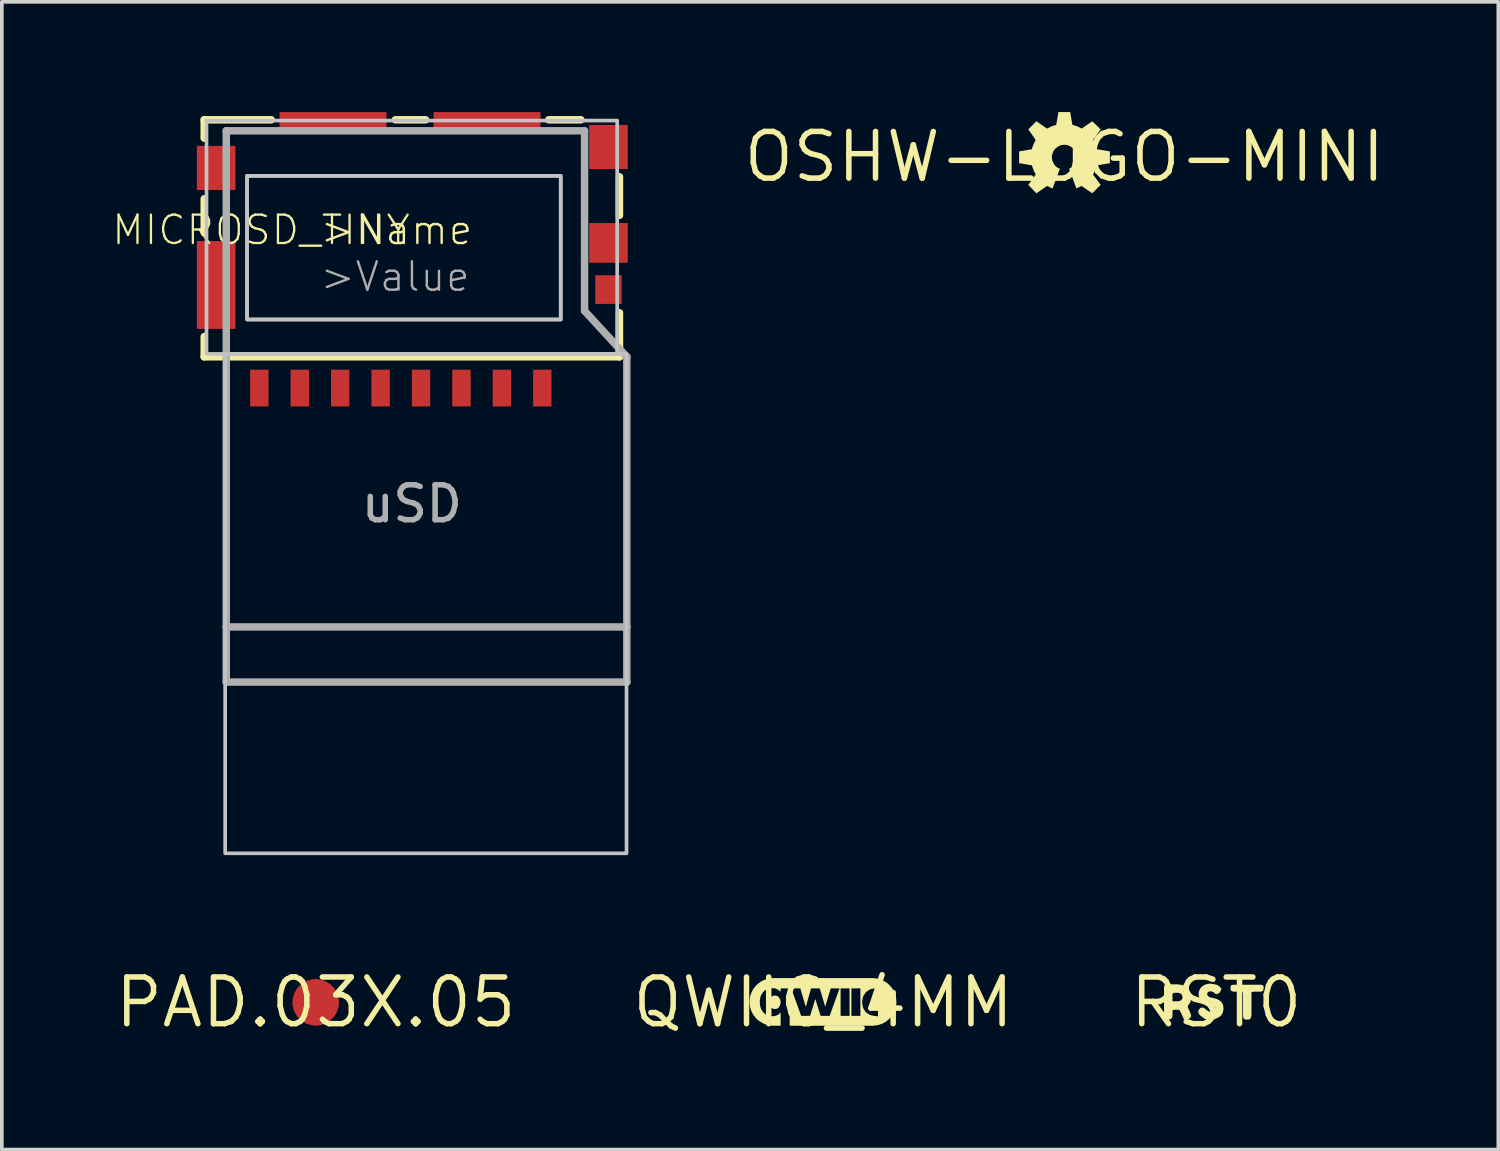
<source format=kicad_pcb>
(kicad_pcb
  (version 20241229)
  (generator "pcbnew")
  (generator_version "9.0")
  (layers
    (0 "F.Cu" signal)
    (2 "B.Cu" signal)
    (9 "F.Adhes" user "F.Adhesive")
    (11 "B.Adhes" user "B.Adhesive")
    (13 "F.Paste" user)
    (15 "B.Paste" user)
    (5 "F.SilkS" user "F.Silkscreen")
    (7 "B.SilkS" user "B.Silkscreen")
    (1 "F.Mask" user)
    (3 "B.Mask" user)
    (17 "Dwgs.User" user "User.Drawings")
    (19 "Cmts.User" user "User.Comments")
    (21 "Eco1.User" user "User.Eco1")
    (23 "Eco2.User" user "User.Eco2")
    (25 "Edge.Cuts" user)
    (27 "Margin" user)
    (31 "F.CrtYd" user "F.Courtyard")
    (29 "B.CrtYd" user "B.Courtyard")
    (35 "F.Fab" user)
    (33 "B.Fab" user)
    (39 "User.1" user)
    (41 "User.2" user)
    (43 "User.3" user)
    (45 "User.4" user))
  (footprint "MICROSD_TINY"
    (layer "F.Cu")
    (at 8.157 3.66)
    (property "Reference" "MICROSD_TINY" (at 0 0 180) (layer "F.SilkS") (effects (font (size 0.772 0.772) (thickness 0.062)) (justify right bottom)))
    (attr through_hole)
    (fp_line (start -5.65 -3.45) (end -3.825 -3.45) (stroke (width 0.203) (type solid)) (layer "F.SilkS"))
    (fp_line (start -5.65 -2.95) (end -5.65 -3.45) (stroke (width 0.203) (type solid)) (layer "F.SilkS"))
    (fp_line (start -5.65 -0.375) (end -5.65 -1.3) (stroke (width 0.203) (type solid)) (layer "F.SilkS"))
    (fp_line (start -5.65 2.45) (end -5.65 3) (stroke (width 0.203) (type solid)) (layer "F.SilkS"))
    (fp_line (start -5.65 3) (end 5.65 3) (stroke (width 0.203) (type solid)) (layer "F.SilkS"))
    (fp_line (start 0.375 -3.45) (end -0.45 -3.45) (stroke (width 0.203) (type solid)) (layer "F.SilkS"))
    (fp_line (start 4.6 -3.45) (end 3.725 -3.45) (stroke (width 0.203) (type solid)) (layer "F.SilkS"))
    (fp_line (start 5.65 -0.85) (end 5.65 -1.9) (stroke (width 0.203) (type solid)) (layer "F.SilkS"))
    (fp_line (start 5.65 3) (end 5.65 1.8) (stroke (width 0.203) (type solid)) (layer "F.SilkS"))
    (fp_poly (pts (xy -5.588 2.921) (xy 5.588 2.921) (xy 5.588 -3.429) (xy -5.588 -3.429)) (stroke (width 0.1) (type solid)) (fill no) (layer "Dwgs.User"))
    (fp_poly (pts (xy -5.08 16.51) (xy 5.842 16.51) (xy 5.842 2.921) (xy -5.08 2.921)) (stroke (width 0.1) (type solid)) (fill no) (layer "Dwgs.User"))
    (fp_poly (pts (xy -4.484 1.984) (xy 4.052 1.984) (xy 4.052 -1.926) (xy -4.484 -1.926)) (stroke (width 0.1) (type solid)) (fill no) (layer "Dwgs.User"))
    (fp_poly (pts (xy -4.484 1.984) (xy 4.052 1.984) (xy 4.052 -1.926) (xy -4.484 -1.926)) (stroke (width 0.1) (type solid)) (fill no) (layer "Dwgs.User"))
    (fp_line (start -5.05 -3.15) (end -5.05 10.35) (stroke (width 0.203) (type solid)) (layer "F.Fab"))
    (fp_line (start -5.05 10.35) (end -5.05 11.85) (stroke (width 0.203) (type solid)) (layer "F.Fab"))
    (fp_line (start -5.05 10.35) (end 5.85 10.35) (stroke (width 0.203) (type solid)) (layer "F.Fab"))
    (fp_line (start -5.05 11.85) (end 5.85 11.85) (stroke (width 0.203) (type solid)) (layer "F.Fab"))
    (fp_line (start 4.7 -3.15) (end -5.05 -3.15) (stroke (width 0.203) (type solid)) (layer "F.Fab"))
    (fp_line (start 4.7 1.75) (end 4.7 -3.15) (stroke (width 0.203) (type solid)) (layer "F.Fab"))
    (fp_line (start 5.85 3) (end 4.7 1.75) (stroke (width 0.203) (type solid)) (layer "F.Fab"))
    (fp_line (start 5.85 10.35) (end 5.85 3) (stroke (width 0.203) (type solid)) (layer "F.Fab"))
    (fp_line (start 5.85 11.85) (end 5.85 10.35) (stroke (width 0.203) (type solid)) (layer "F.Fab"))
    (fp_text user ">Name" (at -2.54 0 0) (layer "F.SilkS") (effects (font (size 0.772 0.772) (thickness 0.065)) (justify left bottom)))
    (fp_text user "uSD" (at 0 7 0) (layer "F.Fab") (effects (font (size 0.95 0.95) (thickness 0.15))))
    (fp_text user ">Value" (at -2.54 1.27 0) (layer "F.Fab") (effects (font (size 0.772 0.772) (thickness 0.065)) (justify left bottom)))
    (pad "1" smd rect (at 3.55 3.85 90) (size 1 0.5) (layers "F.Cu" "F.Mask" "F.Paste"))
    (pad "2" smd rect (at 2.45 3.85 90) (size 1 0.5) (layers "F.Cu" "F.Mask" "F.Paste"))
    (pad "3" smd rect (at 1.35 3.85 90) (size 1 0.5) (layers "F.Cu" "F.Mask" "F.Paste"))
    (pad "4" smd rect (at 0.25 3.85 90) (size 1 0.5) (layers "F.Cu" "F.Mask" "F.Paste"))
    (pad "5" smd rect (at -0.85 3.85 90) (size 1 0.5) (layers "F.Cu" "F.Mask" "F.Paste"))
    (pad "6" smd rect (at -1.95 3.85 90) (size 1 0.5) (layers "F.Cu" "F.Mask" "F.Paste"))
    (pad "7" smd rect (at -3.05 3.85 90) (size 1 0.5) (layers "F.Cu" "F.Mask" "F.Paste"))
    (pad "8" smd rect (at -4.15 3.85 90) (size 1 0.5) (layers "F.Cu" "F.Mask" "F.Paste"))
    (pad "9" smd rect (at 5.35 1.17 180) (size 0.72 0.78) (layers "F.Cu" "F.Mask" "F.Paste"))
    (pad "GND1" smd rect (at 5.35 -0.1 90) (size 1.08 1.05) (layers "F.Cu" "F.Mask" "F.Paste"))
    (pad "GND2" smd rect (at 5.35 -2.71 90) (size 1.2 1.05) (layers "F.Cu" "F.Mask" "F.Paste"))
    (pad "GND3" smd rect (at -5.325 -2.14 90) (size 1.2 1.05) (layers "F.Cu" "F.Mask" "F.Paste"))
    (pad "GND4" smd rect (at -5.325 1.045 90) (size 2.39 1.05) (layers "F.Cu" "F.Mask" "F.Paste"))
    (pad "GND5" smd rect (at -2.145 -3.385) (size 2.91 0.55) (layers "F.Cu" "F.Mask" "F.Paste"))
    (pad "GND6" smd rect (at 2.045 -3.385) (size 2.91 0.55) (layers "F.Cu" "F.Mask" "F.Paste")))
  (footprint "QWIIC_4MM"
    (layer "F.Cu")
    (at 19.35 24.226)
    (property "Reference" "QWIIC_4MM" (at 0 0 0) (layer "F.SilkS") (effects (font (size 1.27 1.27) (thickness 0.15))))
    (attr through_hole)
    (fp_poly (pts (xy -1.467 -0.078) (xy -1.475 -0.026) (xy -1.474 0.025) (xy -1.465 0.077) (xy -1.44 0.122) (xy -1.401 0.157) (xy -1.354 0.177) (xy -1.303 0.181) (xy -1.252 0.171) (xy -1.21 0.139) (xy -1.181 0.096) (xy -1.164 0.047) (xy -1.157 -0.004) (xy -1.165 -0.056) (xy -1.183 -0.104) (xy -1.213 -0.146) (xy -1.255 -0.176) (xy -1.306 -0.187) (xy -1.358 -0.18) (xy -1.404 -0.159) (xy -1.441 -0.124)) (stroke (width 0) (type solid)) (fill yes) (layer "F.SilkS"))
    (fp_poly (pts (xy 1.346 -0.661) (xy -1.355 -0.661) (xy -1.461 -0.65) (xy -1.513 -0.64) (xy -1.613 -0.608) (xy -1.707 -0.557) (xy -1.749 -0.526) (xy -1.79 -0.492) (xy -1.828 -0.456) (xy -1.895 -0.374) (xy -1.946 -0.281) (xy -1.965 -0.232) (xy -1.981 -0.181) (xy -1.994 -0.13) (xy -2.004 -0.024) (xy -2.001 0.028) (xy -1.996 0.081) (xy -1.988 0.133) (xy -1.956 0.234) (xy -1.907 0.328) (xy -1.877 0.371) (xy -1.809 0.452) (xy -1.727 0.519) (xy -1.635 0.571) (xy -1.586 0.592) (xy -1.485 0.623) (xy -1.38 0.634) (xy -1.327 0.636) (xy -1.158 0.636) (xy -1.157 0.594) (xy -1.157 0.277) (xy -1.188 0.307) (xy -1.23 0.339) (xy -1.278 0.361) (xy -1.33 0.374) (xy -1.382 0.377) (xy -1.435 0.372) (xy -1.486 0.36) (xy -1.536 0.342) (xy -1.582 0.315) (xy -1.621 0.28) (xy -1.654 0.239) (xy -1.681 0.193) (xy -1.702 0.145) (xy -1.715 0.094) (xy -1.722 0.041) (xy -1.726 -0.012) (xy -1.722 -0.064) (xy -1.713 -0.116) (xy -1.7 -0.168) (xy -1.678 -0.216) (xy -1.649 -0.26) (xy -1.614 -0.3) (xy -1.574 -0.333) (xy -1.527 -0.359) (xy -1.477 -0.375) (xy -1.425 -0.384) (xy -1.372 -0.387) (xy -1.32 -0.382) (xy -1.269 -0.366) (xy -1.222 -0.342) (xy -1.181 -0.309) (xy -1.157 -0.29) (xy -1.157 -0.351) (xy -1.155 -0.38) (xy -0.913 -0.38) (xy -0.913 -0.349) (xy -0.859 -0.352) (xy -0.869 -0.38) (xy -0.622 -0.38) (xy -0.615 -0.355) (xy -0.48 0.102) (xy -0.465 0.1) (xy -0.33 -0.379) (xy -0.295 -0.38) (xy -0.137 -0.38) (xy -0.092 -0.38) (xy 0.045 0.085) (xy 0.054 0.121) (xy 0.194 -0.341) (xy 0.206 -0.38) (xy 0.418 -0.38) (xy 0.486 -0.378) (xy 0.524 -0.38) (xy 0.719 -0.38) (xy 0.717 -0.368) (xy 0.769 -0.359) (xy 0.769 -0.38) (xy 1.014 -0.38) (xy 1.013 -0.343) (xy 1.159 -0.27) (xy 1.188 -0.298) (xy 1.277 -0.355) (xy 1.327 -0.368) (xy 1.432 -0.386) (xy 1.492 -0.386) (xy 1.492 -0.34) (xy 1.492 -0.181) (xy 1.452 -0.184) (xy 1.4 -0.173) (xy 1.357 -0.143) (xy 1.327 -0.1) (xy 1.311 -0.051) (xy 1.305 0.002) (xy 1.313 0.054) (xy 1.332 0.103) (xy 1.365 0.143) (xy 1.41 0.168) (xy 1.462 0.177) (xy 1.492 0.182) (xy 1.492 0.381) (xy 1.457 0.376) (xy 1.404 0.37) (xy 1.3 0.352) (xy 1.253 0.33) (xy 1.163 0.273) (xy 1.105 0.185) (xy 1.082 0.138) (xy 1.063 0.034) (xy 1.06 -0.018) (xy 1.078 -0.123) (xy 1.093 -0.173) (xy 1.158 -0.269) (xy 1.013 -0.345) (xy 1.013 0.368) (xy 1.001 0.368) (xy 0.789 0.368) (xy 0.768 0.367) (xy 0.769 -0.36) (xy 0.717 -0.368) (xy 0.718 0.367) (xy 0.682 0.368) (xy 0.524 0.368) (xy 0.474 0.365) (xy 0.474 -0.377) (xy 0.445 -0.377) (xy 0.433 -0.344) (xy 0.176 0.367) (xy 0.139 0.368) (xy -0.02 0.368) (xy -0.071 0.365) (xy -0.212 -0.09) (xy -0.228 -0.046) (xy -0.356 0.366) (xy -0.399 0.368) (xy -0.558 0.368) (xy -0.599 0.367) (xy -0.86 -0.352) (xy -0.913 -0.349) (xy -0.911 0.617) (xy -0.91 0.636) (xy 1.348 0.636) (xy 1.453 0.625) (xy 1.505 0.614) (xy 1.606 0.581) (xy 1.699 0.531) (xy 1.782 0.465) (xy 1.819 0.428) (xy 1.886 0.346) (xy 1.937 0.253) (xy 1.955 0.203) (xy 1.971 0.153) (xy 1.983 0.102) (xy 1.994 -0.004) (xy 1.985 -0.109) (xy 1.976 -0.161) (xy 1.944 -0.262) (xy 1.894 -0.356) (xy 1.864 -0.399) (xy 1.83 -0.44) (xy 1.795 -0.479) (xy 1.713 -0.546) (xy 1.621 -0.598) (xy 1.572 -0.618) (xy 1.47 -0.648) (xy 1.365 -0.659)) (stroke (width 0) (type solid)) (fill yes) (layer "F.SilkS")))
  (footprint "PAD.03X.05"
    (layer "F.Cu")
    (at 5.541 24.226)
    (property "Reference" "PAD.03X.05" (at 0 0 0) (layer "F.SilkS") (effects (font (size 1.27 1.27) (thickness 0.15))))
    (attr through_hole)
    (pad "1" smd roundrect (at 0 0) (size 1.27 1.27) (layers "F.Cu" "F.Mask") (roundrect_rratio 0.5)))
  (footprint "OSHW-LOGO-MINI"
    (layer "F.Cu")
    (at 25.915 1.217)
    (property "Reference" "OSHW-LOGO-MINI" (at 0 0 0) (layer "F.SilkS") (effects (font (size 1.27 1.27) (thickness 0.15))))
    (attr through_hole)
    (fp_poly (pts (xy 1.237 0.173) (xy 1.237 -0.147) (xy 0.877 -0.207) (xy 0.877 -0.247) (xy 0.867 -0.257) (xy 0.867 -0.277) (xy 0.857 -0.287) (xy 0.847 -0.307) (xy 0.847 -0.327) (xy 0.837 -0.337) (xy 0.837 -0.357) (xy 0.827 -0.367) (xy 0.817 -0.387) (xy 0.807 -0.397) (xy 0.807 -0.417) (xy 0.797 -0.427) (xy 0.787 -0.447) (xy 0.777 -0.457) (xy 0.987 -0.747) (xy 0.757 -0.967) (xy 0.467 -0.767) (xy 0.457 -0.777) (xy 0.437 -0.787) (xy 0.427 -0.787) (xy 0.407 -0.797) (xy 0.397 -0.807) (xy 0.377 -0.817) (xy 0.367 -0.817) (xy 0.347 -0.827) (xy 0.337 -0.837) (xy 0.317 -0.837) (xy 0.297 -0.847) (xy 0.287 -0.847) (xy 0.267 -0.857) (xy 0.257 -0.857) (xy 0.237 -0.867) (xy 0.217 -0.867) (xy 0.157 -1.217) (xy -0.163 -1.217) (xy -0.223 -0.867) (xy -0.233 -0.867) (xy -0.253 -0.857) (xy -0.273 -0.857) (xy -0.283 -0.847) (xy -0.303 -0.847) (xy -0.323 -0.837) (xy -0.333 -0.837) (xy -0.353 -0.827) (xy -0.363 -0.817) (xy -0.383 -0.817) (xy -0.393 -0.807) (xy -0.413 -0.797) (xy -0.423 -0.787) (xy -0.443 -0.787) (xy -0.453 -0.777) (xy -0.473 -0.767) (xy -0.763 -0.967) (xy -0.983 -0.747) (xy -0.783 -0.457) (xy -0.793 -0.447) (xy -0.793 -0.427) (xy -0.803 -0.417) (xy -0.813 -0.397) (xy -0.823 -0.387) (xy -0.823 -0.367) (xy -0.833 -0.357) (xy -0.843 -0.337) (xy -0.843 -0.327) (xy -0.863 -0.287) (xy -0.863 -0.277) (xy -0.873 -0.257) (xy -0.873 -0.247) (xy -0.883 -0.227) (xy -0.883 -0.207) (xy -1.233 -0.147) (xy -1.233 0.173) (xy -0.883 0.233) (xy -0.883 0.243) (xy -0.873 0.263) (xy -0.873 0.283) (xy -0.863 0.293) (xy -0.863 0.313) (xy -0.853 0.323) (xy -0.843 0.343) (xy -0.843 0.363) (xy -0.833 0.373) (xy -0.833 0.393) (xy -0.823 0.403) (xy -0.813 0.423) (xy -0.803 0.433) (xy -0.793 0.453) (xy -0.793 0.463) (xy -0.783 0.483) (xy -0.983 0.763) (xy -0.763 0.993) (xy -0.473 0.793) (xy -0.463 0.793) (xy -0.453 0.803) (xy -0.443 0.803) (xy -0.433 0.813) (xy -0.423 0.813) (xy -0.413 0.823) (xy -0.403 0.823) (xy -0.393 0.833) (xy -0.383 0.833) (xy -0.373 0.843) (xy -0.363 0.843) (xy -0.353 0.853) (xy -0.333 0.853) (xy -0.323 0.863) (xy -0.123 0.323) (xy -0.153 0.313) (xy -0.193 0.293) (xy -0.213 0.273) (xy -0.233 0.263) (xy -0.253 0.243) (xy -0.263 0.223) (xy -0.283 0.203) (xy -0.303 0.163) (xy -0.313 0.133) (xy -0.333 0.093) (xy -0.333 0.063) (xy -0.343 0.033) (xy -0.343 -0.027) (xy -0.303 -0.147) (xy -0.263 -0.207) (xy -0.243 -0.227) (xy -0.213 -0.247) (xy -0.193 -0.267) (xy -0.163 -0.287) (xy -0.133 -0.297) (xy -0.103 -0.317) (xy -0.073 -0.317) (xy -0.033 -0.327) (xy 0.037 -0.327) (xy 0.067 -0.317) (xy 0.097 -0.317) (xy 0.127 -0.297) (xy 0.157 -0.287) (xy 0.217 -0.247) (xy 0.257 -0.207) (xy 0.297 -0.147) (xy 0.307 -0.117) (xy 0.327 -0.087) (xy 0.327 -0.057) (xy 0.337 -0.027) (xy 0.337 0.063) (xy 0.327 0.093) (xy 0.327 0.113) (xy 0.317 0.133) (xy 0.307 0.163) (xy 0.297 0.183) (xy 0.277 0.203) (xy 0.267 0.223) (xy 0.227 0.263) (xy 0.207 0.273) (xy 0.187 0.293) (xy 0.127 0.323) (xy 0.327 0.863) (xy 0.327 0.853) (xy 0.347 0.853) (xy 0.357 0.843) (xy 0.367 0.843) (xy 0.377 0.833) (xy 0.387 0.833) (xy 0.397 0.823) (xy 0.417 0.823) (xy 0.427 0.813) (xy 0.437 0.813) (xy 0.457 0.793) (xy 0.467 0.793) (xy 0.757 0.993) (xy 0.987 0.763) (xy 0.777 0.483) (xy 0.787 0.463) (xy 0.797 0.453) (xy 0.807 0.433) (xy 0.807 0.423) (xy 0.817 0.403) (xy 0.827 0.393) (xy 0.837 0.373) (xy 0.837 0.363) (xy 0.857 0.323) (xy 0.857 0.313) (xy 0.867 0.293) (xy 0.867 0.283) (xy 0.877 0.263) (xy 0.877 0.243) (xy 0.887 0.233)) (stroke (width 0) (type solid)) (fill yes) (layer "F.SilkS")))
  (footprint "RST0"
    (layer "F.Cu")
    (at 30.045 24.226)
    (property "Reference" "RST0" (at 0 0 0) (layer "F.SilkS") (effects (font (size 1.27 1.27) (thickness 0.15))))
    (attr through_hole)
    (fp_poly (pts (xy 0.48 -0.48) (xy 0.41 -0.47) (xy 0.39 -0.41) (xy 0.39 -0.34) (xy 0.43 -0.3) (xy 0.5 -0.29) (xy 0.71 -0.29) (xy 0.73 -0.25) (xy 0.73 0.37) (xy 0.74 0.43) (xy 0.79 0.47) (xy 0.86 0.47) (xy 0.92 0.46) (xy 0.95 0.4) (xy 0.96 0.33) (xy 0.96 -0.28) (xy 1.02 -0.29) (xy 1.23 -0.29) (xy 1.28 -0.32) (xy 1.29 -0.38) (xy 1.29 -0.45) (xy 1.23 -0.48) (xy 1.16 -0.48)) (stroke (width 0) (type solid)) (fill yes) (layer "F.SilkS"))
    (fp_poly (pts (xy -0.71 0.27) (xy -0.77 0.14) (xy -0.77 0.09) (xy -0.73 0.04) (xy -0.7 -0.02) (xy -0.69 -0.09) (xy -0.68 -0.16) (xy -0.69 -0.23) (xy -0.72 -0.29) (xy -0.75 -0.35) (xy -0.8 -0.39) (xy -0.95 -0.23) (xy -0.92 -0.17) (xy -0.92 -0.1) (xy -0.96 -0.05) (xy -1.02 -0.03) (xy -1.16 -0.03) (xy -1.19 -0.03) (xy -1.19 -0.23) (xy -1.15 -0.26) (xy -1.08 -0.26) (xy -1.02 -0.26) (xy -0.95 -0.23) (xy -0.8 -0.4) (xy -0.86 -0.44) (xy -0.92 -0.47) (xy -0.98 -0.48) (xy -1.05 -0.49) (xy -1.33 -0.49) (xy -1.4 -0.47) (xy -1.42 -0.42) (xy -1.42 -0.35) (xy -1.42 0.33) (xy -1.42 0.4) (xy -1.4 0.45) (xy -1.33 0.47) (xy -1.24 0.46) (xy -1.2 0.42) (xy -1.19 0.36) (xy -1.19 0.22) (xy -1.14 0.2) (xy -1.01 0.2) (xy -0.96 0.28) (xy -0.89 0.44) (xy -0.84 0.47) (xy -0.77 0.46) (xy -0.7 0.42) (xy -0.68 0.37) (xy -0.7 0.3)) (stroke (width 0) (type solid)) (fill yes) (layer "F.SilkS"))
    (fp_poly (pts (xy -0.46 0.33) (xy -0.42 0.37) (xy -0.36 0.41) (xy -0.31 0.45) (xy -0.24 0.47) (xy -0.17 0.47) (xy -0.1 0.47) (xy -0.04 0.46) (xy 0.02 0.43) (xy 0.08 0.4) (xy 0.13 0.36) (xy 0.17 0.3) (xy 0.19 0.24) (xy 0.2 0.17) (xy 0.19 0.09) (xy 0.17 0.03) (xy 0.13 -0.02) (xy 0.08 -0.06) (xy 0.02 -0.09) (xy -0.05 -0.11) (xy -0.18 -0.14) (xy -0.23 -0.18) (xy -0.25 -0.24) (xy -0.21 -0.29) (xy -0.14 -0.3) (xy -0.08 -0.28) (xy -0.02 -0.23) (xy 0.04 -0.23) (xy 0.09 -0.26) (xy 0.13 -0.33) (xy 0.14 -0.38) (xy 0.09 -0.43) (xy 0.04 -0.47) (xy -0.03 -0.49) (xy -0.1 -0.5) (xy -0.17 -0.51) (xy -0.24 -0.5) (xy -0.31 -0.48) (xy -0.36 -0.45) (xy -0.41 -0.41) (xy -0.45 -0.35) (xy -0.47 -0.29) (xy -0.48 -0.23) (xy -0.47 -0.16) (xy -0.45 -0.09) (xy -0.42 -0.04) (xy -0.37 0) (xy -0.31 0.03) (xy -0.24 0.06) (xy -0.18 0.08) (xy -0.11 0.09) (xy -0.05 0.12) (xy -0.04 0.18) (xy -0.06 0.23) (xy -0.13 0.26) (xy -0.2 0.25) (xy -0.26 0.21) (xy -0.32 0.16) (xy -0.37 0.14) (xy -0.43 0.15) (xy -0.48 0.21) (xy -0.49 0.26)) (stroke (width 0) (type solid)) (fill yes) (layer "F.SilkS")))
  (gr_rect
    (start -3 -3)
    (end 37.722 28.232)
    (stroke (width 0.1) (type default))
    (fill no)
    (layer "Edge.Cuts")))
</source>
